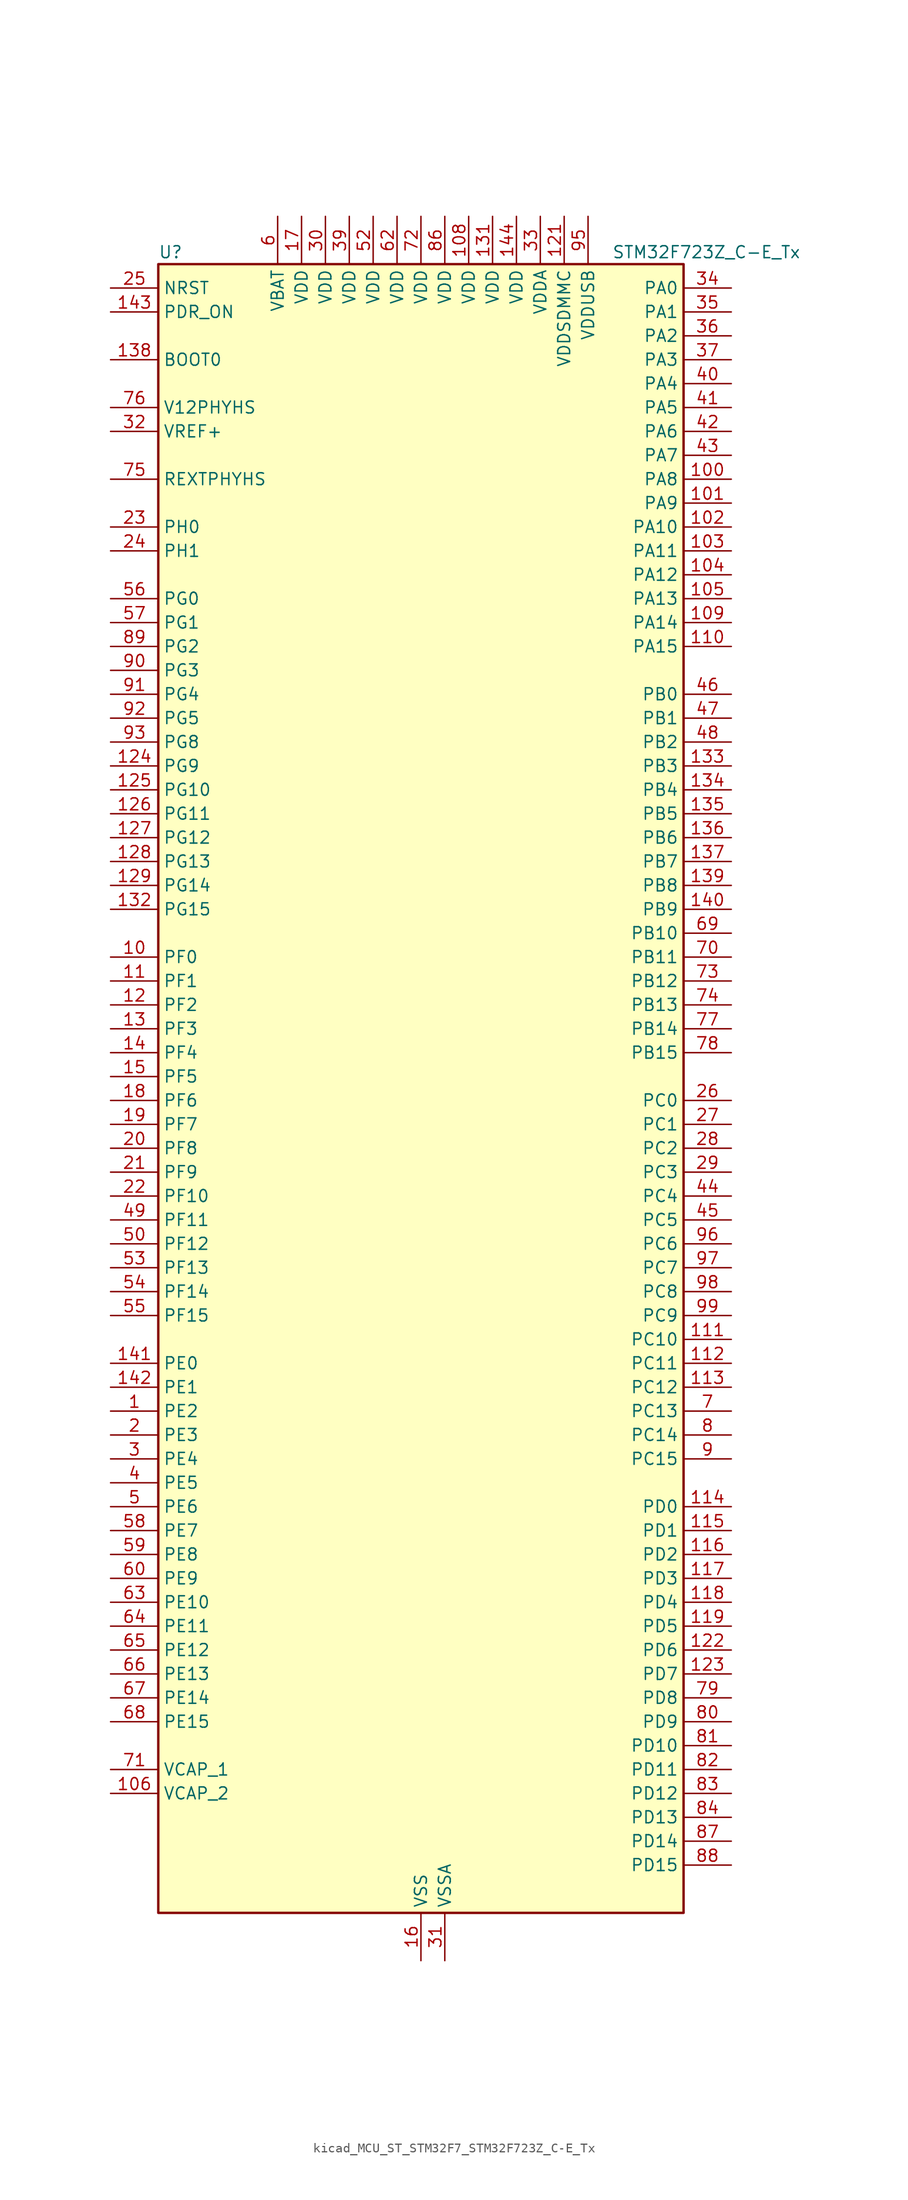
<source format=kicad_sym>
(kicad_symbol_lib
  (version 20220914)
  (generator kicad_symbol_editor)
  (symbol "kicad_MCU_ST_STM32F7_STM32F723Z_C-E_Tx"
    (property "Reference" "U"
      (at -27.94 90.17 0)
      (effects (font (size 1.27 1.27)) (justify left)))
    (property "Value" "STM32F723Z_C-E_Tx"
      (at 20.32 90.17 0)
      (effects (font (size 1.27 1.27)) (justify left)))
    (property "ki_locked" ""
      (at 0 0 0)
      (effects (font (size 1.27 1.27))))
    (symbol "kicad_MCU_ST_STM32F7_STM32F723Z_C-E_Tx_0_1"
      (rectangle (start -27.94 -86.36) (end 27.94 88.9) (stroke (width 0.254) (type default)) (fill (type background))))
    (symbol "kicad_MCU_ST_STM32F7_STM32F723Z_C-E_Tx_1_1"
      (pin bidirectional line (at -33.02 -33.02 0) (length 5.08) (name "PE2" (effects (font (size 1.27 1.27)))) (number "1" (effects (font (size 1.27 1.27)))) (alternate "FMC_A23" bidirectional line) (alternate "QUADSPI_BK1_IO2" bidirectional line) (alternate "SAI1_MCLK_A" bidirectional line) (alternate "SPI4_SCK" bidirectional line) (alternate "SYS_TRACECLK" bidirectional line))
      (pin bidirectional line (at -33.02 15.24 0) (length 5.08) (name "PF0" (effects (font (size 1.27 1.27)))) (number "10" (effects (font (size 1.27 1.27)))) (alternate "FMC_A0" bidirectional line) (alternate "I2C2_SDA" bidirectional line))
      (pin bidirectional line (at 33.02 66.04 180) (length 5.08) (name "PA8" (effects (font (size 1.27 1.27)))) (number "100" (effects (font (size 1.27 1.27)))) (alternate "I2C3_SCL" bidirectional line) (alternate "RCC_MCO_1" bidirectional line) (alternate "TIM1_CH1" bidirectional line) (alternate "TIM8_BKIN2" bidirectional line) (alternate "USART1_CK" bidirectional line) (alternate "USB_OTG_FS_SOF" bidirectional line))
      (pin bidirectional line (at 33.02 63.5 180) (length 5.08) (name "PA9" (effects (font (size 1.27 1.27)))) (number "101" (effects (font (size 1.27 1.27)))) (alternate "DAC_EXTI9" bidirectional line) (alternate "I2C3_SMBA" bidirectional line) (alternate "I2S2_CK" bidirectional line) (alternate "SPI2_SCK" bidirectional line) (alternate "TIM1_CH2" bidirectional line) (alternate "USART1_TX" bidirectional line) (alternate "USB_OTG_FS_VBUS" bidirectional line))
      (pin bidirectional line (at 33.02 60.96 180) (length 5.08) (name "PA10" (effects (font (size 1.27 1.27)))) (number "102" (effects (font (size 1.27 1.27)))) (alternate "TIM1_CH3" bidirectional line) (alternate "USART1_RX" bidirectional line) (alternate "USB_OTG_FS_ID" bidirectional line))
      (pin bidirectional line (at 33.02 58.42 180) (length 5.08) (name "PA11" (effects (font (size 1.27 1.27)))) (number "103" (effects (font (size 1.27 1.27)))) (alternate "ADC1_EXTI11" bidirectional line) (alternate "ADC2_EXTI11" bidirectional line) (alternate "ADC3_EXTI11" bidirectional line) (alternate "CAN1_RX" bidirectional line) (alternate "TIM1_CH4" bidirectional line) (alternate "USART1_CTS" bidirectional line) (alternate "USB_OTG_FS_DM" bidirectional line))
      (pin bidirectional line (at 33.02 55.88 180) (length 5.08) (name "PA12" (effects (font (size 1.27 1.27)))) (number "104" (effects (font (size 1.27 1.27)))) (alternate "CAN1_TX" bidirectional line) (alternate "SAI2_FS_B" bidirectional line) (alternate "TIM1_ETR" bidirectional line) (alternate "USART1_DE" bidirectional line) (alternate "USART1_RTS" bidirectional line) (alternate "USB_OTG_FS_DP" bidirectional line))
      (pin bidirectional line (at 33.02 53.34 180) (length 5.08) (name "PA13" (effects (font (size 1.27 1.27)))) (number "105" (effects (font (size 1.27 1.27)))) (alternate "SYS_JTMS-SWDIO" bidirectional line))
      (pin power_out line (at -33.02 -73.66 0) (length 5.08) (name "VCAP_2" (effects (font (size 1.27 1.27)))) (number "106" (effects (font (size 1.27 1.27)))))
      (pin passive line (at 0 -91.44 90) (length 5.08) hide (name "VSS" (effects (font (size 1.27 1.27)))) (number "107" (effects (font (size 1.27 1.27)))))
      (pin power_in line (at 5.08 93.98 270) (length 5.08) (name "VDD" (effects (font (size 1.27 1.27)))) (number "108" (effects (font (size 1.27 1.27)))))
      (pin bidirectional line (at 33.02 50.8 180) (length 5.08) (name "PA14" (effects (font (size 1.27 1.27)))) (number "109" (effects (font (size 1.27 1.27)))) (alternate "SYS_JTCK-SWCLK" bidirectional line))
      (pin bidirectional line (at -33.02 12.7 0) (length 5.08) (name "PF1" (effects (font (size 1.27 1.27)))) (number "11" (effects (font (size 1.27 1.27)))) (alternate "FMC_A1" bidirectional line) (alternate "I2C2_SCL" bidirectional line))
      (pin bidirectional line (at 33.02 48.26 180) (length 5.08) (name "PA15" (effects (font (size 1.27 1.27)))) (number "110" (effects (font (size 1.27 1.27)))) (alternate "I2S1_WS" bidirectional line) (alternate "I2S3_WS" bidirectional line) (alternate "SPI1_NSS" bidirectional line) (alternate "SPI3_NSS" bidirectional line) (alternate "SYS_JTDI" bidirectional line) (alternate "TIM2_CH1" bidirectional line) (alternate "TIM2_ETR" bidirectional line) (alternate "UART4_DE" bidirectional line) (alternate "UART4_RTS" bidirectional line))
      (pin bidirectional line (at 33.02 -25.4 180) (length 5.08) (name "PC10" (effects (font (size 1.27 1.27)))) (number "111" (effects (font (size 1.27 1.27)))) (alternate "I2S3_CK" bidirectional line) (alternate "QUADSPI_BK1_IO1" bidirectional line) (alternate "SDMMC1_D2" bidirectional line) (alternate "SPI3_SCK" bidirectional line) (alternate "UART4_TX" bidirectional line) (alternate "USART3_TX" bidirectional line))
      (pin bidirectional line (at 33.02 -27.94 180) (length 5.08) (name "PC11" (effects (font (size 1.27 1.27)))) (number "112" (effects (font (size 1.27 1.27)))) (alternate "ADC1_EXTI11" bidirectional line) (alternate "ADC2_EXTI11" bidirectional line) (alternate "ADC3_EXTI11" bidirectional line) (alternate "QUADSPI_BK2_NCS" bidirectional line) (alternate "SDMMC1_D3" bidirectional line) (alternate "SPI3_MISO" bidirectional line) (alternate "UART4_RX" bidirectional line) (alternate "USART3_RX" bidirectional line))
      (pin bidirectional line (at 33.02 -30.48 180) (length 5.08) (name "PC12" (effects (font (size 1.27 1.27)))) (number "113" (effects (font (size 1.27 1.27)))) (alternate "I2S3_SD" bidirectional line) (alternate "SDMMC1_CK" bidirectional line) (alternate "SPI3_MOSI" bidirectional line) (alternate "SYS_TRACED3" bidirectional line) (alternate "UART5_TX" bidirectional line) (alternate "USART3_CK" bidirectional line))
      (pin bidirectional line (at 33.02 -43.18 180) (length 5.08) (name "PD0" (effects (font (size 1.27 1.27)))) (number "114" (effects (font (size 1.27 1.27)))) (alternate "CAN1_RX" bidirectional line) (alternate "FMC_D2" bidirectional line) (alternate "FMC_DA2" bidirectional line))
      (pin bidirectional line (at 33.02 -45.72 180) (length 5.08) (name "PD1" (effects (font (size 1.27 1.27)))) (number "115" (effects (font (size 1.27 1.27)))) (alternate "CAN1_TX" bidirectional line) (alternate "FMC_D3" bidirectional line) (alternate "FMC_DA3" bidirectional line))
      (pin bidirectional line (at 33.02 -48.26 180) (length 5.08) (name "PD2" (effects (font (size 1.27 1.27)))) (number "116" (effects (font (size 1.27 1.27)))) (alternate "SDMMC1_CMD" bidirectional line) (alternate "SYS_TRACED2" bidirectional line) (alternate "TIM3_ETR" bidirectional line) (alternate "UART5_RX" bidirectional line))
      (pin bidirectional line (at 33.02 -50.8 180) (length 5.08) (name "PD3" (effects (font (size 1.27 1.27)))) (number "117" (effects (font (size 1.27 1.27)))) (alternate "FMC_CLK" bidirectional line) (alternate "I2S2_CK" bidirectional line) (alternate "SPI2_SCK" bidirectional line) (alternate "USART2_CTS" bidirectional line))
      (pin bidirectional line (at 33.02 -53.34 180) (length 5.08) (name "PD4" (effects (font (size 1.27 1.27)))) (number "118" (effects (font (size 1.27 1.27)))) (alternate "FMC_NOE" bidirectional line) (alternate "USART2_DE" bidirectional line) (alternate "USART2_RTS" bidirectional line))
      (pin bidirectional line (at 33.02 -55.88 180) (length 5.08) (name "PD5" (effects (font (size 1.27 1.27)))) (number "119" (effects (font (size 1.27 1.27)))) (alternate "FMC_NWE" bidirectional line) (alternate "USART2_TX" bidirectional line))
      (pin bidirectional line (at -33.02 10.16 0) (length 5.08) (name "PF2" (effects (font (size 1.27 1.27)))) (number "12" (effects (font (size 1.27 1.27)))) (alternate "FMC_A2" bidirectional line) (alternate "I2C2_SMBA" bidirectional line))
      (pin passive line (at 0 -91.44 90) (length 5.08) hide (name "VSS" (effects (font (size 1.27 1.27)))) (number "120" (effects (font (size 1.27 1.27)))))
      (pin power_in line (at 15.24 93.98 270) (length 5.08) (name "VDDSDMMC" (effects (font (size 1.27 1.27)))) (number "121" (effects (font (size 1.27 1.27)))))
      (pin bidirectional line (at 33.02 -58.42 180) (length 5.08) (name "PD6" (effects (font (size 1.27 1.27)))) (number "122" (effects (font (size 1.27 1.27)))) (alternate "FMC_NWAIT" bidirectional line) (alternate "I2S3_SD" bidirectional line) (alternate "SAI1_SD_A" bidirectional line) (alternate "SDMMC2_CK" bidirectional line) (alternate "SPI3_MOSI" bidirectional line) (alternate "USART2_RX" bidirectional line))
      (pin bidirectional line (at 33.02 -60.96 180) (length 5.08) (name "PD7" (effects (font (size 1.27 1.27)))) (number "123" (effects (font (size 1.27 1.27)))) (alternate "FMC_NE1" bidirectional line) (alternate "SDMMC2_CMD" bidirectional line) (alternate "USART2_CK" bidirectional line))
      (pin bidirectional line (at -33.02 35.56 0) (length 5.08) (name "PG9" (effects (font (size 1.27 1.27)))) (number "124" (effects (font (size 1.27 1.27)))) (alternate "DAC_EXTI9" bidirectional line) (alternate "FMC_NCE" bidirectional line) (alternate "FMC_NE2" bidirectional line) (alternate "QUADSPI_BK2_IO2" bidirectional line) (alternate "SAI2_FS_B" bidirectional line) (alternate "SDMMC2_D0" bidirectional line) (alternate "USART6_RX" bidirectional line))
      (pin bidirectional line (at -33.02 33.02 0) (length 5.08) (name "PG10" (effects (font (size 1.27 1.27)))) (number "125" (effects (font (size 1.27 1.27)))) (alternate "FMC_NE3" bidirectional line) (alternate "SAI2_SD_B" bidirectional line) (alternate "SDMMC2_D1" bidirectional line))
      (pin bidirectional line (at -33.02 30.48 0) (length 5.08) (name "PG11" (effects (font (size 1.27 1.27)))) (number "126" (effects (font (size 1.27 1.27)))) (alternate "ADC1_EXTI11" bidirectional line) (alternate "ADC2_EXTI11" bidirectional line) (alternate "ADC3_EXTI11" bidirectional line) (alternate "FMC_INT" bidirectional line) (alternate "SDMMC2_D2" bidirectional line))
      (pin bidirectional line (at -33.02 27.94 0) (length 5.08) (name "PG12" (effects (font (size 1.27 1.27)))) (number "127" (effects (font (size 1.27 1.27)))) (alternate "FMC_NE4" bidirectional line) (alternate "LPTIM1_IN1" bidirectional line) (alternate "SDMMC2_D3" bidirectional line) (alternate "USART6_DE" bidirectional line) (alternate "USART6_RTS" bidirectional line))
      (pin bidirectional line (at -33.02 25.4 0) (length 5.08) (name "PG13" (effects (font (size 1.27 1.27)))) (number "128" (effects (font (size 1.27 1.27)))) (alternate "FMC_A24" bidirectional line) (alternate "LPTIM1_OUT" bidirectional line) (alternate "SYS_TRACED0" bidirectional line) (alternate "USART6_CTS" bidirectional line))
      (pin bidirectional line (at -33.02 22.86 0) (length 5.08) (name "PG14" (effects (font (size 1.27 1.27)))) (number "129" (effects (font (size 1.27 1.27)))) (alternate "FMC_A25" bidirectional line) (alternate "LPTIM1_ETR" bidirectional line) (alternate "QUADSPI_BK2_IO3" bidirectional line) (alternate "SYS_TRACED1" bidirectional line) (alternate "USART6_TX" bidirectional line))
      (pin bidirectional line (at -33.02 7.62 0) (length 5.08) (name "PF3" (effects (font (size 1.27 1.27)))) (number "13" (effects (font (size 1.27 1.27)))) (alternate "ADC3_IN9" bidirectional line) (alternate "FMC_A3" bidirectional line))
      (pin passive line (at 0 -91.44 90) (length 5.08) hide (name "VSS" (effects (font (size 1.27 1.27)))) (number "130" (effects (font (size 1.27 1.27)))))
      (pin power_in line (at 7.62 93.98 270) (length 5.08) (name "VDD" (effects (font (size 1.27 1.27)))) (number "131" (effects (font (size 1.27 1.27)))))
      (pin bidirectional line (at -33.02 20.32 0) (length 5.08) (name "PG15" (effects (font (size 1.27 1.27)))) (number "132" (effects (font (size 1.27 1.27)))) (alternate "FMC_SDNCAS" bidirectional line) (alternate "USART6_CTS" bidirectional line))
      (pin bidirectional line (at 33.02 35.56 180) (length 5.08) (name "PB3" (effects (font (size 1.27 1.27)))) (number "133" (effects (font (size 1.27 1.27)))) (alternate "I2S1_CK" bidirectional line) (alternate "I2S3_CK" bidirectional line) (alternate "SDMMC2_D2" bidirectional line) (alternate "SPI1_SCK" bidirectional line) (alternate "SPI3_SCK" bidirectional line) (alternate "SYS_JTDO-SWO" bidirectional line) (alternate "TIM2_CH2" bidirectional line))
      (pin bidirectional line (at 33.02 33.02 180) (length 5.08) (name "PB4" (effects (font (size 1.27 1.27)))) (number "134" (effects (font (size 1.27 1.27)))) (alternate "I2S2_WS" bidirectional line) (alternate "SDMMC2_D3" bidirectional line) (alternate "SPI1_MISO" bidirectional line) (alternate "SPI2_NSS" bidirectional line) (alternate "SPI3_MISO" bidirectional line) (alternate "SYS_JTRST" bidirectional line) (alternate "TIM3_CH1" bidirectional line))
      (pin bidirectional line (at 33.02 30.48 180) (length 5.08) (name "PB5" (effects (font (size 1.27 1.27)))) (number "135" (effects (font (size 1.27 1.27)))) (alternate "FMC_SDCKE1" bidirectional line) (alternate "I2C1_SMBA" bidirectional line) (alternate "I2S1_SD" bidirectional line) (alternate "I2S3_SD" bidirectional line) (alternate "SPI1_MOSI" bidirectional line) (alternate "SPI3_MOSI" bidirectional line) (alternate "TIM3_CH2" bidirectional line))
      (pin bidirectional line (at 33.02 27.94 180) (length 5.08) (name "PB6" (effects (font (size 1.27 1.27)))) (number "136" (effects (font (size 1.27 1.27)))) (alternate "FMC_SDNE1" bidirectional line) (alternate "I2C1_SCL" bidirectional line) (alternate "QUADSPI_BK1_NCS" bidirectional line) (alternate "TIM4_CH1" bidirectional line) (alternate "USART1_TX" bidirectional line))
      (pin bidirectional line (at 33.02 25.4 180) (length 5.08) (name "PB7" (effects (font (size 1.27 1.27)))) (number "137" (effects (font (size 1.27 1.27)))) (alternate "FMC_NL" bidirectional line) (alternate "I2C1_SDA" bidirectional line) (alternate "TIM4_CH2" bidirectional line) (alternate "USART1_RX" bidirectional line))
      (pin input line (at -33.02 78.74 0) (length 5.08) (name "BOOT0" (effects (font (size 1.27 1.27)))) (number "138" (effects (font (size 1.27 1.27)))))
      (pin bidirectional line (at 33.02 22.86 180) (length 5.08) (name "PB8" (effects (font (size 1.27 1.27)))) (number "139" (effects (font (size 1.27 1.27)))) (alternate "CAN1_RX" bidirectional line) (alternate "I2C1_SCL" bidirectional line) (alternate "SDMMC1_D4" bidirectional line) (alternate "SDMMC2_D4" bidirectional line) (alternate "TIM10_CH1" bidirectional line) (alternate "TIM4_CH3" bidirectional line))
      (pin bidirectional line (at -33.02 5.08 0) (length 5.08) (name "PF4" (effects (font (size 1.27 1.27)))) (number "14" (effects (font (size 1.27 1.27)))) (alternate "ADC3_IN14" bidirectional line) (alternate "FMC_A4" bidirectional line))
      (pin bidirectional line (at 33.02 20.32 180) (length 5.08) (name "PB9" (effects (font (size 1.27 1.27)))) (number "140" (effects (font (size 1.27 1.27)))) (alternate "CAN1_TX" bidirectional line) (alternate "DAC_EXTI9" bidirectional line) (alternate "I2C1_SDA" bidirectional line) (alternate "I2S2_WS" bidirectional line) (alternate "SDMMC1_D5" bidirectional line) (alternate "SDMMC2_D5" bidirectional line) (alternate "SPI2_NSS" bidirectional line) (alternate "TIM11_CH1" bidirectional line) (alternate "TIM4_CH4" bidirectional line))
      (pin bidirectional line (at -33.02 -27.94 0) (length 5.08) (name "PE0" (effects (font (size 1.27 1.27)))) (number "141" (effects (font (size 1.27 1.27)))) (alternate "FMC_NBL0" bidirectional line) (alternate "LPTIM1_ETR" bidirectional line) (alternate "SAI2_MCLK_A" bidirectional line) (alternate "TIM4_ETR" bidirectional line) (alternate "UART8_RX" bidirectional line))
      (pin bidirectional line (at -33.02 -30.48 0) (length 5.08) (name "PE1" (effects (font (size 1.27 1.27)))) (number "142" (effects (font (size 1.27 1.27)))) (alternate "FMC_NBL1" bidirectional line) (alternate "LPTIM1_IN2" bidirectional line) (alternate "UART8_TX" bidirectional line))
      (pin input line (at -33.02 83.82 0) (length 5.08) (name "PDR_ON" (effects (font (size 1.27 1.27)))) (number "143" (effects (font (size 1.27 1.27)))))
      (pin power_in line (at 10.16 93.98 270) (length 5.08) (name "VDD" (effects (font (size 1.27 1.27)))) (number "144" (effects (font (size 1.27 1.27)))))
      (pin bidirectional line (at -33.02 2.54 0) (length 5.08) (name "PF5" (effects (font (size 1.27 1.27)))) (number "15" (effects (font (size 1.27 1.27)))) (alternate "ADC3_IN15" bidirectional line) (alternate "FMC_A5" bidirectional line))
      (pin power_in line (at 0 -91.44 90) (length 5.08) (name "VSS" (effects (font (size 1.27 1.27)))) (number "16" (effects (font (size 1.27 1.27)))))
      (pin power_in line (at -12.7 93.98 270) (length 5.08) (name "VDD" (effects (font (size 1.27 1.27)))) (number "17" (effects (font (size 1.27 1.27)))))
      (pin bidirectional line (at -33.02 0 0) (length 5.08) (name "PF6" (effects (font (size 1.27 1.27)))) (number "18" (effects (font (size 1.27 1.27)))) (alternate "ADC3_IN4" bidirectional line) (alternate "QUADSPI_BK1_IO3" bidirectional line) (alternate "SAI1_SD_B" bidirectional line) (alternate "SPI5_NSS" bidirectional line) (alternate "TIM10_CH1" bidirectional line) (alternate "UART7_RX" bidirectional line))
      (pin bidirectional line (at -33.02 -2.54 0) (length 5.08) (name "PF7" (effects (font (size 1.27 1.27)))) (number "19" (effects (font (size 1.27 1.27)))) (alternate "ADC3_IN5" bidirectional line) (alternate "QUADSPI_BK1_IO2" bidirectional line) (alternate "SAI1_MCLK_B" bidirectional line) (alternate "SPI5_SCK" bidirectional line) (alternate "TIM11_CH1" bidirectional line) (alternate "UART7_TX" bidirectional line))
      (pin bidirectional line (at -33.02 -35.56 0) (length 5.08) (name "PE3" (effects (font (size 1.27 1.27)))) (number "2" (effects (font (size 1.27 1.27)))) (alternate "FMC_A19" bidirectional line) (alternate "SAI1_SD_B" bidirectional line) (alternate "SYS_TRACED0" bidirectional line))
      (pin bidirectional line (at -33.02 -5.08 0) (length 5.08) (name "PF8" (effects (font (size 1.27 1.27)))) (number "20" (effects (font (size 1.27 1.27)))) (alternate "ADC3_IN6" bidirectional line) (alternate "QUADSPI_BK1_IO0" bidirectional line) (alternate "SAI1_SCK_B" bidirectional line) (alternate "SPI5_MISO" bidirectional line) (alternate "TIM13_CH1" bidirectional line) (alternate "UART7_DE" bidirectional line) (alternate "UART7_RTS" bidirectional line))
      (pin bidirectional line (at -33.02 -7.62 0) (length 5.08) (name "PF9" (effects (font (size 1.27 1.27)))) (number "21" (effects (font (size 1.27 1.27)))) (alternate "ADC3_IN7" bidirectional line) (alternate "DAC_EXTI9" bidirectional line) (alternate "QUADSPI_BK1_IO1" bidirectional line) (alternate "SAI1_FS_B" bidirectional line) (alternate "SPI5_MOSI" bidirectional line) (alternate "TIM14_CH1" bidirectional line) (alternate "UART7_CTS" bidirectional line))
      (pin bidirectional line (at -33.02 -10.16 0) (length 5.08) (name "PF10" (effects (font (size 1.27 1.27)))) (number "22" (effects (font (size 1.27 1.27)))) (alternate "ADC3_IN8" bidirectional line))
      (pin bidirectional line (at -33.02 60.96 0) (length 5.08) (name "PH0" (effects (font (size 1.27 1.27)))) (number "23" (effects (font (size 1.27 1.27)))) (alternate "RCC_OSC_IN" bidirectional line))
      (pin bidirectional line (at -33.02 58.42 0) (length 5.08) (name "PH1" (effects (font (size 1.27 1.27)))) (number "24" (effects (font (size 1.27 1.27)))) (alternate "RCC_OSC_OUT" bidirectional line))
      (pin input line (at -33.02 86.36 0) (length 5.08) (name "NRST" (effects (font (size 1.27 1.27)))) (number "25" (effects (font (size 1.27 1.27)))))
      (pin bidirectional line (at 33.02 0 180) (length 5.08) (name "PC0" (effects (font (size 1.27 1.27)))) (number "26" (effects (font (size 1.27 1.27)))) (alternate "ADC1_IN10" bidirectional line) (alternate "ADC2_IN10" bidirectional line) (alternate "ADC3_IN10" bidirectional line) (alternate "FMC_SDNWE" bidirectional line) (alternate "SAI2_FS_B" bidirectional line))
      (pin bidirectional line (at 33.02 -2.54 180) (length 5.08) (name "PC1" (effects (font (size 1.27 1.27)))) (number "27" (effects (font (size 1.27 1.27)))) (alternate "ADC1_IN11" bidirectional line) (alternate "ADC2_IN11" bidirectional line) (alternate "ADC3_IN11" bidirectional line) (alternate "I2S2_SD" bidirectional line) (alternate "RTC_TAMP3" bidirectional line) (alternate "RTC_TS" bidirectional line) (alternate "SAI1_SD_A" bidirectional line) (alternate "SPI2_MOSI" bidirectional line) (alternate "SYS_TRACED0" bidirectional line) (alternate "SYS_WKUP3" bidirectional line))
      (pin bidirectional line (at 33.02 -5.08 180) (length 5.08) (name "PC2" (effects (font (size 1.27 1.27)))) (number "28" (effects (font (size 1.27 1.27)))) (alternate "ADC1_IN12" bidirectional line) (alternate "ADC2_IN12" bidirectional line) (alternate "ADC3_IN12" bidirectional line) (alternate "FMC_SDNE0" bidirectional line) (alternate "SPI2_MISO" bidirectional line))
      (pin bidirectional line (at 33.02 -7.62 180) (length 5.08) (name "PC3" (effects (font (size 1.27 1.27)))) (number "29" (effects (font (size 1.27 1.27)))) (alternate "ADC1_IN13" bidirectional line) (alternate "ADC2_IN13" bidirectional line) (alternate "ADC3_IN13" bidirectional line) (alternate "FMC_SDCKE0" bidirectional line) (alternate "I2S2_SD" bidirectional line) (alternate "SPI2_MOSI" bidirectional line))
      (pin bidirectional line (at -33.02 -38.1 0) (length 5.08) (name "PE4" (effects (font (size 1.27 1.27)))) (number "3" (effects (font (size 1.27 1.27)))) (alternate "FMC_A20" bidirectional line) (alternate "SAI1_FS_A" bidirectional line) (alternate "SPI4_NSS" bidirectional line) (alternate "SYS_TRACED1" bidirectional line))
      (pin power_in line (at -10.16 93.98 270) (length 5.08) (name "VDD" (effects (font (size 1.27 1.27)))) (number "30" (effects (font (size 1.27 1.27)))))
      (pin power_in line (at 2.54 -91.44 90) (length 5.08) (name "VSSA" (effects (font (size 1.27 1.27)))) (number "31" (effects (font (size 1.27 1.27)))))
      (pin input line (at -33.02 71.12 0) (length 5.08) (name "VREF+" (effects (font (size 1.27 1.27)))) (number "32" (effects (font (size 1.27 1.27)))))
      (pin power_in line (at 12.7 93.98 270) (length 5.08) (name "VDDA" (effects (font (size 1.27 1.27)))) (number "33" (effects (font (size 1.27 1.27)))))
      (pin bidirectional line (at 33.02 86.36 180) (length 5.08) (name "PA0" (effects (font (size 1.27 1.27)))) (number "34" (effects (font (size 1.27 1.27)))) (alternate "ADC1_IN0" bidirectional line) (alternate "ADC2_IN0" bidirectional line) (alternate "ADC3_IN0" bidirectional line) (alternate "SAI2_SD_B" bidirectional line) (alternate "SYS_WKUP1" bidirectional line) (alternate "TIM2_CH1" bidirectional line) (alternate "TIM2_ETR" bidirectional line) (alternate "TIM5_CH1" bidirectional line) (alternate "TIM8_ETR" bidirectional line) (alternate "UART4_TX" bidirectional line) (alternate "USART2_CTS" bidirectional line))
      (pin bidirectional line (at 33.02 83.82 180) (length 5.08) (name "PA1" (effects (font (size 1.27 1.27)))) (number "35" (effects (font (size 1.27 1.27)))) (alternate "ADC1_IN1" bidirectional line) (alternate "ADC2_IN1" bidirectional line) (alternate "ADC3_IN1" bidirectional line) (alternate "QUADSPI_BK1_IO3" bidirectional line) (alternate "SAI2_MCLK_B" bidirectional line) (alternate "TIM2_CH2" bidirectional line) (alternate "TIM5_CH2" bidirectional line) (alternate "UART4_RX" bidirectional line) (alternate "USART2_DE" bidirectional line) (alternate "USART2_RTS" bidirectional line))
      (pin bidirectional line (at 33.02 81.28 180) (length 5.08) (name "PA2" (effects (font (size 1.27 1.27)))) (number "36" (effects (font (size 1.27 1.27)))) (alternate "ADC1_IN2" bidirectional line) (alternate "ADC2_IN2" bidirectional line) (alternate "ADC3_IN2" bidirectional line) (alternate "SAI2_SCK_B" bidirectional line) (alternate "SYS_WKUP2" bidirectional line) (alternate "TIM2_CH3" bidirectional line) (alternate "TIM5_CH3" bidirectional line) (alternate "TIM9_CH1" bidirectional line) (alternate "USART2_TX" bidirectional line))
      (pin bidirectional line (at 33.02 78.74 180) (length 5.08) (name "PA3" (effects (font (size 1.27 1.27)))) (number "37" (effects (font (size 1.27 1.27)))) (alternate "ADC1_IN3" bidirectional line) (alternate "ADC2_IN3" bidirectional line) (alternate "ADC3_IN3" bidirectional line) (alternate "TIM2_CH4" bidirectional line) (alternate "TIM5_CH4" bidirectional line) (alternate "TIM9_CH2" bidirectional line) (alternate "USART2_RX" bidirectional line))
      (pin passive line (at 0 -91.44 90) (length 5.08) hide (name "VSS" (effects (font (size 1.27 1.27)))) (number "38" (effects (font (size 1.27 1.27)))))
      (pin power_in line (at -7.62 93.98 270) (length 5.08) (name "VDD" (effects (font (size 1.27 1.27)))) (number "39" (effects (font (size 1.27 1.27)))))
      (pin bidirectional line (at -33.02 -40.64 0) (length 5.08) (name "PE5" (effects (font (size 1.27 1.27)))) (number "4" (effects (font (size 1.27 1.27)))) (alternate "FMC_A21" bidirectional line) (alternate "SAI1_SCK_A" bidirectional line) (alternate "SPI4_MISO" bidirectional line) (alternate "SYS_TRACED2" bidirectional line) (alternate "TIM9_CH1" bidirectional line))
      (pin bidirectional line (at 33.02 76.2 180) (length 5.08) (name "PA4" (effects (font (size 1.27 1.27)))) (number "40" (effects (font (size 1.27 1.27)))) (alternate "ADC1_IN4" bidirectional line) (alternate "ADC2_IN4" bidirectional line) (alternate "DAC_OUT1" bidirectional line) (alternate "I2S1_WS" bidirectional line) (alternate "I2S3_WS" bidirectional line) (alternate "SPI1_NSS" bidirectional line) (alternate "SPI3_NSS" bidirectional line) (alternate "USART2_CK" bidirectional line) (alternate "USB_OTG_HS_SOF" bidirectional line))
      (pin bidirectional line (at 33.02 73.66 180) (length 5.08) (name "PA5" (effects (font (size 1.27 1.27)))) (number "41" (effects (font (size 1.27 1.27)))) (alternate "ADC1_IN5" bidirectional line) (alternate "ADC2_IN5" bidirectional line) (alternate "DAC_OUT2" bidirectional line) (alternate "I2S1_CK" bidirectional line) (alternate "SPI1_SCK" bidirectional line) (alternate "TIM2_CH1" bidirectional line) (alternate "TIM2_ETR" bidirectional line) (alternate "TIM8_CH1N" bidirectional line))
      (pin bidirectional line (at 33.02 71.12 180) (length 5.08) (name "PA6" (effects (font (size 1.27 1.27)))) (number "42" (effects (font (size 1.27 1.27)))) (alternate "ADC1_IN6" bidirectional line) (alternate "ADC2_IN6" bidirectional line) (alternate "SPI1_MISO" bidirectional line) (alternate "TIM13_CH1" bidirectional line) (alternate "TIM1_BKIN" bidirectional line) (alternate "TIM3_CH1" bidirectional line) (alternate "TIM8_BKIN" bidirectional line))
      (pin bidirectional line (at 33.02 68.58 180) (length 5.08) (name "PA7" (effects (font (size 1.27 1.27)))) (number "43" (effects (font (size 1.27 1.27)))) (alternate "ADC1_IN7" bidirectional line) (alternate "ADC2_IN7" bidirectional line) (alternate "FMC_SDNWE" bidirectional line) (alternate "I2S1_SD" bidirectional line) (alternate "SPI1_MOSI" bidirectional line) (alternate "TIM14_CH1" bidirectional line) (alternate "TIM1_CH1N" bidirectional line) (alternate "TIM3_CH2" bidirectional line) (alternate "TIM8_CH1N" bidirectional line))
      (pin bidirectional line (at 33.02 -10.16 180) (length 5.08) (name "PC4" (effects (font (size 1.27 1.27)))) (number "44" (effects (font (size 1.27 1.27)))) (alternate "ADC1_IN14" bidirectional line) (alternate "ADC2_IN14" bidirectional line) (alternate "FMC_SDNE0" bidirectional line) (alternate "I2S1_MCK" bidirectional line))
      (pin bidirectional line (at 33.02 -12.7 180) (length 5.08) (name "PC5" (effects (font (size 1.27 1.27)))) (number "45" (effects (font (size 1.27 1.27)))) (alternate "ADC1_IN15" bidirectional line) (alternate "ADC2_IN15" bidirectional line) (alternate "FMC_SDCKE0" bidirectional line))
      (pin bidirectional line (at 33.02 43.18 180) (length 5.08) (name "PB0" (effects (font (size 1.27 1.27)))) (number "46" (effects (font (size 1.27 1.27)))) (alternate "ADC1_IN8" bidirectional line) (alternate "ADC2_IN8" bidirectional line) (alternate "TIM1_CH2N" bidirectional line) (alternate "TIM3_CH3" bidirectional line) (alternate "TIM8_CH2N" bidirectional line) (alternate "UART4_CTS" bidirectional line))
      (pin bidirectional line (at 33.02 40.64 180) (length 5.08) (name "PB1" (effects (font (size 1.27 1.27)))) (number "47" (effects (font (size 1.27 1.27)))) (alternate "ADC1_IN9" bidirectional line) (alternate "ADC2_IN9" bidirectional line) (alternate "TIM1_CH3N" bidirectional line) (alternate "TIM3_CH4" bidirectional line) (alternate "TIM8_CH3N" bidirectional line))
      (pin bidirectional line (at 33.02 38.1 180) (length 5.08) (name "PB2" (effects (font (size 1.27 1.27)))) (number "48" (effects (font (size 1.27 1.27)))) (alternate "I2S3_SD" bidirectional line) (alternate "QUADSPI_CLK" bidirectional line) (alternate "SAI1_SD_A" bidirectional line) (alternate "SPI3_MOSI" bidirectional line))
      (pin bidirectional line (at -33.02 -12.7 0) (length 5.08) (name "PF11" (effects (font (size 1.27 1.27)))) (number "49" (effects (font (size 1.27 1.27)))) (alternate "ADC1_EXTI11" bidirectional line) (alternate "ADC2_EXTI11" bidirectional line) (alternate "ADC3_EXTI11" bidirectional line) (alternate "FMC_SDNRAS" bidirectional line) (alternate "SAI2_SD_B" bidirectional line) (alternate "SPI5_MOSI" bidirectional line))
      (pin bidirectional line (at -33.02 -43.18 0) (length 5.08) (name "PE6" (effects (font (size 1.27 1.27)))) (number "5" (effects (font (size 1.27 1.27)))) (alternate "FMC_A22" bidirectional line) (alternate "SAI1_SD_A" bidirectional line) (alternate "SAI2_MCLK_B" bidirectional line) (alternate "SPI4_MOSI" bidirectional line) (alternate "SYS_TRACED3" bidirectional line) (alternate "TIM1_BKIN2" bidirectional line) (alternate "TIM9_CH2" bidirectional line))
      (pin bidirectional line (at -33.02 -15.24 0) (length 5.08) (name "PF12" (effects (font (size 1.27 1.27)))) (number "50" (effects (font (size 1.27 1.27)))) (alternate "FMC_A6" bidirectional line))
      (pin passive line (at 0 -91.44 90) (length 5.08) hide (name "VSS" (effects (font (size 1.27 1.27)))) (number "51" (effects (font (size 1.27 1.27)))))
      (pin power_in line (at -5.08 93.98 270) (length 5.08) (name "VDD" (effects (font (size 1.27 1.27)))) (number "52" (effects (font (size 1.27 1.27)))))
      (pin bidirectional line (at -33.02 -17.78 0) (length 5.08) (name "PF13" (effects (font (size 1.27 1.27)))) (number "53" (effects (font (size 1.27 1.27)))) (alternate "FMC_A7" bidirectional line))
      (pin bidirectional line (at -33.02 -20.32 0) (length 5.08) (name "PF14" (effects (font (size 1.27 1.27)))) (number "54" (effects (font (size 1.27 1.27)))) (alternate "FMC_A8" bidirectional line))
      (pin bidirectional line (at -33.02 -22.86 0) (length 5.08) (name "PF15" (effects (font (size 1.27 1.27)))) (number "55" (effects (font (size 1.27 1.27)))) (alternate "FMC_A9" bidirectional line))
      (pin bidirectional line (at -33.02 53.34 0) (length 5.08) (name "PG0" (effects (font (size 1.27 1.27)))) (number "56" (effects (font (size 1.27 1.27)))) (alternate "FMC_A10" bidirectional line))
      (pin bidirectional line (at -33.02 50.8 0) (length 5.08) (name "PG1" (effects (font (size 1.27 1.27)))) (number "57" (effects (font (size 1.27 1.27)))) (alternate "FMC_A11" bidirectional line))
      (pin bidirectional line (at -33.02 -45.72 0) (length 5.08) (name "PE7" (effects (font (size 1.27 1.27)))) (number "58" (effects (font (size 1.27 1.27)))) (alternate "FMC_D4" bidirectional line) (alternate "FMC_DA4" bidirectional line) (alternate "QUADSPI_BK2_IO0" bidirectional line) (alternate "TIM1_ETR" bidirectional line) (alternate "UART7_RX" bidirectional line))
      (pin bidirectional line (at -33.02 -48.26 0) (length 5.08) (name "PE8" (effects (font (size 1.27 1.27)))) (number "59" (effects (font (size 1.27 1.27)))) (alternate "FMC_D5" bidirectional line) (alternate "FMC_DA5" bidirectional line) (alternate "QUADSPI_BK2_IO1" bidirectional line) (alternate "TIM1_CH1N" bidirectional line) (alternate "UART7_TX" bidirectional line))
      (pin power_in line (at -15.24 93.98 270) (length 5.08) (name "VBAT" (effects (font (size 1.27 1.27)))) (number "6" (effects (font (size 1.27 1.27)))))
      (pin bidirectional line (at -33.02 -50.8 0) (length 5.08) (name "PE9" (effects (font (size 1.27 1.27)))) (number "60" (effects (font (size 1.27 1.27)))) (alternate "DAC_EXTI9" bidirectional line) (alternate "FMC_D6" bidirectional line) (alternate "FMC_DA6" bidirectional line) (alternate "QUADSPI_BK2_IO2" bidirectional line) (alternate "TIM1_CH1" bidirectional line) (alternate "UART7_DE" bidirectional line) (alternate "UART7_RTS" bidirectional line))
      (pin passive line (at 0 -91.44 90) (length 5.08) hide (name "VSS" (effects (font (size 1.27 1.27)))) (number "61" (effects (font (size 1.27 1.27)))))
      (pin power_in line (at -2.54 93.98 270) (length 5.08) (name "VDD" (effects (font (size 1.27 1.27)))) (number "62" (effects (font (size 1.27 1.27)))))
      (pin bidirectional line (at -33.02 -53.34 0) (length 5.08) (name "PE10" (effects (font (size 1.27 1.27)))) (number "63" (effects (font (size 1.27 1.27)))) (alternate "FMC_D7" bidirectional line) (alternate "FMC_DA7" bidirectional line) (alternate "QUADSPI_BK2_IO3" bidirectional line) (alternate "TIM1_CH2N" bidirectional line) (alternate "UART7_CTS" bidirectional line))
      (pin bidirectional line (at -33.02 -55.88 0) (length 5.08) (name "PE11" (effects (font (size 1.27 1.27)))) (number "64" (effects (font (size 1.27 1.27)))) (alternate "ADC1_EXTI11" bidirectional line) (alternate "ADC2_EXTI11" bidirectional line) (alternate "ADC3_EXTI11" bidirectional line) (alternate "FMC_D8" bidirectional line) (alternate "FMC_DA8" bidirectional line) (alternate "SAI2_SD_B" bidirectional line) (alternate "SPI4_NSS" bidirectional line) (alternate "TIM1_CH2" bidirectional line))
      (pin bidirectional line (at -33.02 -58.42 0) (length 5.08) (name "PE12" (effects (font (size 1.27 1.27)))) (number "65" (effects (font (size 1.27 1.27)))) (alternate "FMC_D9" bidirectional line) (alternate "FMC_DA9" bidirectional line) (alternate "SAI2_SCK_B" bidirectional line) (alternate "SPI4_SCK" bidirectional line) (alternate "TIM1_CH3N" bidirectional line))
      (pin bidirectional line (at -33.02 -60.96 0) (length 5.08) (name "PE13" (effects (font (size 1.27 1.27)))) (number "66" (effects (font (size 1.27 1.27)))) (alternate "FMC_D10" bidirectional line) (alternate "FMC_DA10" bidirectional line) (alternate "SAI2_FS_B" bidirectional line) (alternate "SPI4_MISO" bidirectional line) (alternate "TIM1_CH3" bidirectional line))
      (pin bidirectional line (at -33.02 -63.5 0) (length 5.08) (name "PE14" (effects (font (size 1.27 1.27)))) (number "67" (effects (font (size 1.27 1.27)))) (alternate "FMC_D11" bidirectional line) (alternate "FMC_DA11" bidirectional line) (alternate "SAI2_MCLK_B" bidirectional line) (alternate "SPI4_MOSI" bidirectional line) (alternate "TIM1_CH4" bidirectional line))
      (pin bidirectional line (at -33.02 -66.04 0) (length 5.08) (name "PE15" (effects (font (size 1.27 1.27)))) (number "68" (effects (font (size 1.27 1.27)))) (alternate "FMC_D12" bidirectional line) (alternate "FMC_DA12" bidirectional line) (alternate "TIM1_BKIN" bidirectional line))
      (pin bidirectional line (at 33.02 17.78 180) (length 5.08) (name "PB10" (effects (font (size 1.27 1.27)))) (number "69" (effects (font (size 1.27 1.27)))) (alternate "I2C2_SCL" bidirectional line) (alternate "I2S2_CK" bidirectional line) (alternate "SPI2_SCK" bidirectional line) (alternate "TIM2_CH3" bidirectional line) (alternate "USART3_TX" bidirectional line))
      (pin bidirectional line (at 33.02 -33.02 180) (length 5.08) (name "PC13" (effects (font (size 1.27 1.27)))) (number "7" (effects (font (size 1.27 1.27)))) (alternate "RTC_OUT" bidirectional line) (alternate "RTC_TAMP1" bidirectional line) (alternate "RTC_TS" bidirectional line) (alternate "SYS_WKUP4" bidirectional line))
      (pin bidirectional line (at 33.02 15.24 180) (length 5.08) (name "PB11" (effects (font (size 1.27 1.27)))) (number "70" (effects (font (size 1.27 1.27)))) (alternate "ADC1_EXTI11" bidirectional line) (alternate "ADC2_EXTI11" bidirectional line) (alternate "ADC3_EXTI11" bidirectional line) (alternate "I2C2_SDA" bidirectional line) (alternate "TIM2_CH4" bidirectional line) (alternate "USART3_RX" bidirectional line))
      (pin power_out line (at -33.02 -71.12 0) (length 5.08) (name "VCAP_1" (effects (font (size 1.27 1.27)))) (number "71" (effects (font (size 1.27 1.27)))))
      (pin power_in line (at 0 93.98 270) (length 5.08) (name "VDD" (effects (font (size 1.27 1.27)))) (number "72" (effects (font (size 1.27 1.27)))))
      (pin bidirectional line (at 33.02 12.7 180) (length 5.08) (name "PB12" (effects (font (size 1.27 1.27)))) (number "73" (effects (font (size 1.27 1.27)))) (alternate "I2C2_SMBA" bidirectional line) (alternate "I2S2_WS" bidirectional line) (alternate "SPI2_NSS" bidirectional line) (alternate "TIM1_BKIN" bidirectional line) (alternate "USART3_CK" bidirectional line) (alternate "USB_OTG_HS_ID" bidirectional line))
      (pin bidirectional line (at 33.02 10.16 180) (length 5.08) (name "PB13" (effects (font (size 1.27 1.27)))) (number "74" (effects (font (size 1.27 1.27)))) (alternate "I2S2_CK" bidirectional line) (alternate "SPI2_SCK" bidirectional line) (alternate "TIM1_CH1N" bidirectional line) (alternate "USART3_CTS" bidirectional line) (alternate "USB_OTG_HS_VBUS" bidirectional line))
      (pin bidirectional line (at -33.02 66.04 0) (length 5.08) (name "REXTPHYHS" (effects (font (size 1.27 1.27)))) (number "75" (effects (font (size 1.27 1.27)))) (alternate "USB_OTG_HS_REXTPHYHS" bidirectional line))
      (pin power_in line (at -33.02 73.66 0) (length 5.08) (name "V12PHYHS" (effects (font (size 1.27 1.27)))) (number "76" (effects (font (size 1.27 1.27)))))
      (pin bidirectional line (at 33.02 7.62 180) (length 5.08) (name "PB14" (effects (font (size 1.27 1.27)))) (number "77" (effects (font (size 1.27 1.27)))) (alternate "USB_OTG_HS_DM" bidirectional line))
      (pin bidirectional line (at 33.02 5.08 180) (length 5.08) (name "PB15" (effects (font (size 1.27 1.27)))) (number "78" (effects (font (size 1.27 1.27)))) (alternate "USB_OTG_HS_DP" bidirectional line))
      (pin bidirectional line (at 33.02 -63.5 180) (length 5.08) (name "PD8" (effects (font (size 1.27 1.27)))) (number "79" (effects (font (size 1.27 1.27)))) (alternate "FMC_D13" bidirectional line) (alternate "FMC_DA13" bidirectional line) (alternate "USART3_TX" bidirectional line))
      (pin bidirectional line (at 33.02 -35.56 180) (length 5.08) (name "PC14" (effects (font (size 1.27 1.27)))) (number "8" (effects (font (size 1.27 1.27)))) (alternate "RCC_OSC32_IN" bidirectional line))
      (pin bidirectional line (at 33.02 -66.04 180) (length 5.08) (name "PD9" (effects (font (size 1.27 1.27)))) (number "80" (effects (font (size 1.27 1.27)))) (alternate "DAC_EXTI9" bidirectional line) (alternate "FMC_D14" bidirectional line) (alternate "FMC_DA14" bidirectional line) (alternate "USART3_RX" bidirectional line))
      (pin bidirectional line (at 33.02 -68.58 180) (length 5.08) (name "PD10" (effects (font (size 1.27 1.27)))) (number "81" (effects (font (size 1.27 1.27)))) (alternate "FMC_D15" bidirectional line) (alternate "FMC_DA15" bidirectional line) (alternate "USART3_CK" bidirectional line))
      (pin bidirectional line (at 33.02 -71.12 180) (length 5.08) (name "PD11" (effects (font (size 1.27 1.27)))) (number "82" (effects (font (size 1.27 1.27)))) (alternate "ADC1_EXTI11" bidirectional line) (alternate "ADC2_EXTI11" bidirectional line) (alternate "ADC3_EXTI11" bidirectional line) (alternate "FMC_A16" bidirectional line) (alternate "FMC_CLE" bidirectional line) (alternate "QUADSPI_BK1_IO0" bidirectional line) (alternate "SAI2_SD_A" bidirectional line) (alternate "USART3_CTS" bidirectional line))
      (pin bidirectional line (at 33.02 -73.66 180) (length 5.08) (name "PD12" (effects (font (size 1.27 1.27)))) (number "83" (effects (font (size 1.27 1.27)))) (alternate "FMC_A17" bidirectional line) (alternate "FMC_ALE" bidirectional line) (alternate "LPTIM1_IN1" bidirectional line) (alternate "QUADSPI_BK1_IO1" bidirectional line) (alternate "SAI2_FS_A" bidirectional line) (alternate "TIM4_CH1" bidirectional line) (alternate "USART3_DE" bidirectional line) (alternate "USART3_RTS" bidirectional line))
      (pin bidirectional line (at 33.02 -76.2 180) (length 5.08) (name "PD13" (effects (font (size 1.27 1.27)))) (number "84" (effects (font (size 1.27 1.27)))) (alternate "FMC_A18" bidirectional line) (alternate "LPTIM1_OUT" bidirectional line) (alternate "QUADSPI_BK1_IO3" bidirectional line) (alternate "SAI2_SCK_A" bidirectional line) (alternate "TIM4_CH2" bidirectional line))
      (pin passive line (at 0 -91.44 90) (length 5.08) hide (name "VSS" (effects (font (size 1.27 1.27)))) (number "85" (effects (font (size 1.27 1.27)))))
      (pin power_in line (at 2.54 93.98 270) (length 5.08) (name "VDD" (effects (font (size 1.27 1.27)))) (number "86" (effects (font (size 1.27 1.27)))))
      (pin bidirectional line (at 33.02 -78.74 180) (length 5.08) (name "PD14" (effects (font (size 1.27 1.27)))) (number "87" (effects (font (size 1.27 1.27)))) (alternate "FMC_D0" bidirectional line) (alternate "FMC_DA0" bidirectional line) (alternate "TIM4_CH3" bidirectional line) (alternate "UART8_CTS" bidirectional line))
      (pin bidirectional line (at 33.02 -81.28 180) (length 5.08) (name "PD15" (effects (font (size 1.27 1.27)))) (number "88" (effects (font (size 1.27 1.27)))) (alternate "FMC_D1" bidirectional line) (alternate "FMC_DA1" bidirectional line) (alternate "TIM4_CH4" bidirectional line) (alternate "UART8_DE" bidirectional line) (alternate "UART8_RTS" bidirectional line))
      (pin bidirectional line (at -33.02 48.26 0) (length 5.08) (name "PG2" (effects (font (size 1.27 1.27)))) (number "89" (effects (font (size 1.27 1.27)))) (alternate "FMC_A12" bidirectional line))
      (pin bidirectional line (at 33.02 -38.1 180) (length 5.08) (name "PC15" (effects (font (size 1.27 1.27)))) (number "9" (effects (font (size 1.27 1.27)))) (alternate "RCC_OSC32_OUT" bidirectional line))
      (pin bidirectional line (at -33.02 45.72 0) (length 5.08) (name "PG3" (effects (font (size 1.27 1.27)))) (number "90" (effects (font (size 1.27 1.27)))) (alternate "FMC_A13" bidirectional line))
      (pin bidirectional line (at -33.02 43.18 0) (length 5.08) (name "PG4" (effects (font (size 1.27 1.27)))) (number "91" (effects (font (size 1.27 1.27)))) (alternate "FMC_A14" bidirectional line) (alternate "FMC_BA0" bidirectional line))
      (pin bidirectional line (at -33.02 40.64 0) (length 5.08) (name "PG5" (effects (font (size 1.27 1.27)))) (number "92" (effects (font (size 1.27 1.27)))) (alternate "FMC_A15" bidirectional line) (alternate "FMC_BA1" bidirectional line))
      (pin bidirectional line (at -33.02 38.1 0) (length 5.08) (name "PG8" (effects (font (size 1.27 1.27)))) (number "93" (effects (font (size 1.27 1.27)))) (alternate "FMC_SDCLK" bidirectional line) (alternate "USART6_DE" bidirectional line) (alternate "USART6_RTS" bidirectional line))
      (pin passive line (at 0 -91.44 90) (length 5.08) hide (name "VSS" (effects (font (size 1.27 1.27)))) (number "94" (effects (font (size 1.27 1.27)))))
      (pin power_in line (at 17.78 93.98 270) (length 5.08) (name "VDDUSB" (effects (font (size 1.27 1.27)))) (number "95" (effects (font (size 1.27 1.27)))))
      (pin bidirectional line (at 33.02 -15.24 180) (length 5.08) (name "PC6" (effects (font (size 1.27 1.27)))) (number "96" (effects (font (size 1.27 1.27)))) (alternate "I2S2_MCK" bidirectional line) (alternate "SDMMC1_D6" bidirectional line) (alternate "SDMMC2_D6" bidirectional line) (alternate "TIM3_CH1" bidirectional line) (alternate "TIM8_CH1" bidirectional line) (alternate "USART6_TX" bidirectional line))
      (pin bidirectional line (at 33.02 -17.78 180) (length 5.08) (name "PC7" (effects (font (size 1.27 1.27)))) (number "97" (effects (font (size 1.27 1.27)))) (alternate "I2S3_MCK" bidirectional line) (alternate "SDMMC1_D7" bidirectional line) (alternate "SDMMC2_D7" bidirectional line) (alternate "TIM3_CH2" bidirectional line) (alternate "TIM8_CH2" bidirectional line) (alternate "USART6_RX" bidirectional line))
      (pin bidirectional line (at 33.02 -20.32 180) (length 5.08) (name "PC8" (effects (font (size 1.27 1.27)))) (number "98" (effects (font (size 1.27 1.27)))) (alternate "SDMMC1_D0" bidirectional line) (alternate "SYS_TRACED1" bidirectional line) (alternate "TIM3_CH3" bidirectional line) (alternate "TIM8_CH3" bidirectional line) (alternate "UART5_DE" bidirectional line) (alternate "UART5_RTS" bidirectional line) (alternate "USART6_CK" bidirectional line))
      (pin bidirectional line (at 33.02 -22.86 180) (length 5.08) (name "PC9" (effects (font (size 1.27 1.27)))) (number "99" (effects (font (size 1.27 1.27)))) (alternate "DAC_EXTI9" bidirectional line) (alternate "I2C3_SDA" bidirectional line) (alternate "I2S_CKIN" bidirectional line) (alternate "QUADSPI_BK1_IO0" bidirectional line) (alternate "RCC_MCO_2" bidirectional line) (alternate "SDMMC1_D1" bidirectional line) (alternate "TIM3_CH4" bidirectional line) (alternate "TIM8_CH4" bidirectional line) (alternate "UART5_CTS" bidirectional line)))))
</source>
